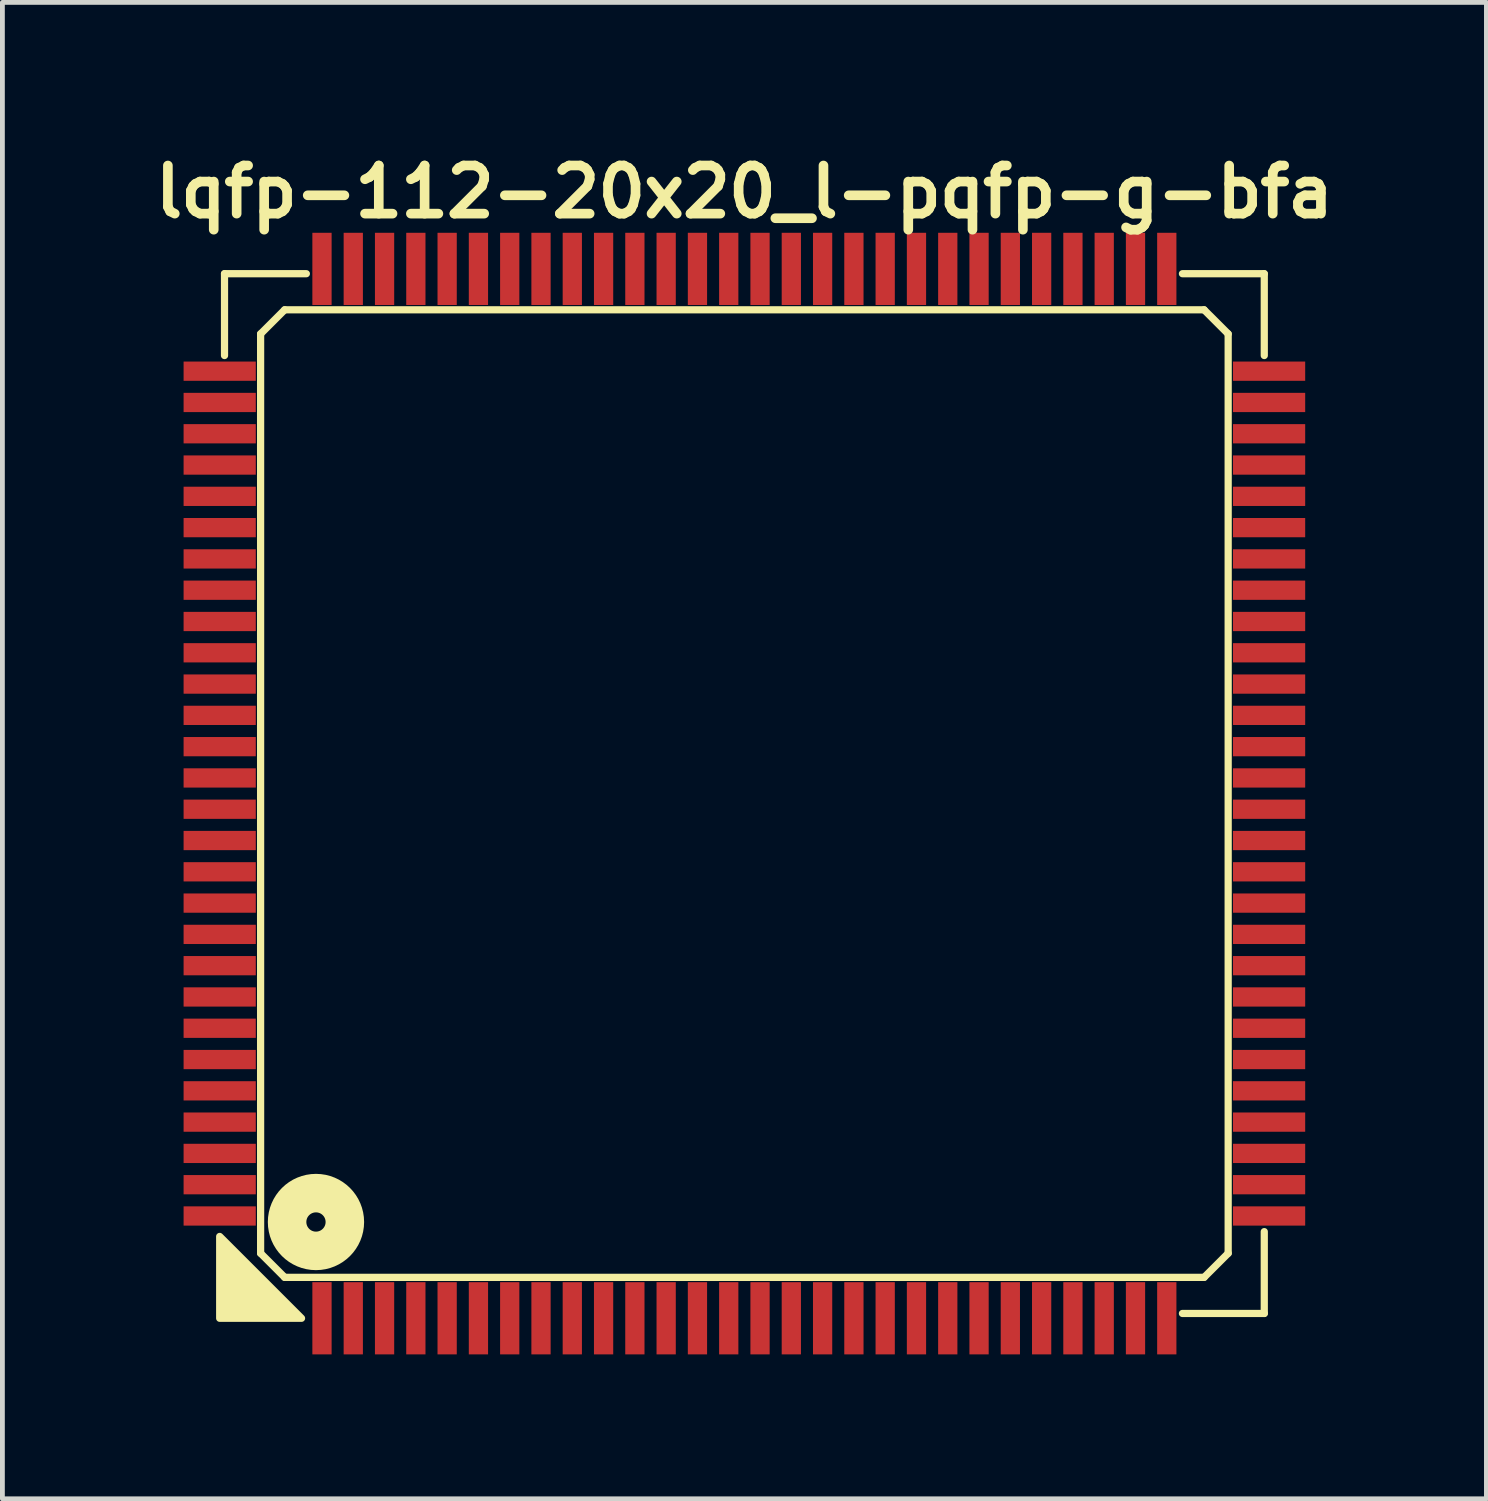
<source format=kicad_pcb>
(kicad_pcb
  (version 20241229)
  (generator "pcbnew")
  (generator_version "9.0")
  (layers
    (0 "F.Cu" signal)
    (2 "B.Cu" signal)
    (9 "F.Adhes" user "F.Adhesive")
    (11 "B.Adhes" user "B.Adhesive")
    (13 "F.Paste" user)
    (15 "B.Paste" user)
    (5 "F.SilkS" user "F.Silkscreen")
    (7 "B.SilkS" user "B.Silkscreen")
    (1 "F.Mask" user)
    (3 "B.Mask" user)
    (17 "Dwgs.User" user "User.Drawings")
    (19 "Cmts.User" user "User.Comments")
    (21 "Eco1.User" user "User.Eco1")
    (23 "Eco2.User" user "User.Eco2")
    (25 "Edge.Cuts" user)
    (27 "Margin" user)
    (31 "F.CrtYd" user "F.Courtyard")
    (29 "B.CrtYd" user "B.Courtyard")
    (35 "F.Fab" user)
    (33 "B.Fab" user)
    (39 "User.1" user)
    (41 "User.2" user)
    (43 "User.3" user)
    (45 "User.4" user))
  (footprint "lqfp-112-20x20_l-pqfp-g-bfa"
    (layer "F.Cu")
    (at 12.414 13.436)
    (property "Reference" "lqfp-112-20x20_l-pqfp-g-bfa" (at 0 -12.5 0) (layer "F.SilkS") (effects (font (size 1 1) (thickness 0.2))))
    (attr smd)
    (fp_line (start -10.8 -10.8) (end -9.1 -10.8) (stroke (width 0.15) (type solid)) (layer "F.SilkS"))
    (fp_line (start -10.8 -9.1) (end -10.8 -10.8) (stroke (width 0.15) (type solid)) (layer "F.SilkS"))
    (fp_line (start -10.05 -9.55) (end -9.55 -10.05) (stroke (width 0.15) (type solid)) (layer "F.SilkS"))
    (fp_line (start -10.05 9.55) (end -10.05 -9.55) (stroke (width 0.15) (type solid)) (layer "F.SilkS"))
    (fp_line (start -9.55 -10.05) (end 9.55 -10.05) (stroke (width 0.15) (type solid)) (layer "F.SilkS"))
    (fp_line (start -9.55 10.05) (end -10.05 9.55) (stroke (width 0.15) (type solid)) (layer "F.SilkS"))
    (fp_line (start 9.1 -10.8) (end 10.8 -10.8) (stroke (width 0.15) (type solid)) (layer "F.SilkS"))
    (fp_line (start 9.55 -10.05) (end 10.05 -9.55) (stroke (width 0.15) (type solid)) (layer "F.SilkS"))
    (fp_line (start 9.55 10.05) (end -9.55 10.05) (stroke (width 0.15) (type solid)) (layer "F.SilkS"))
    (fp_line (start 10.05 -9.55) (end 10.05 9.55) (stroke (width 0.15) (type solid)) (layer "F.SilkS"))
    (fp_line (start 10.05 9.55) (end 9.55 10.05) (stroke (width 0.15) (type solid)) (layer "F.SilkS"))
    (fp_line (start 10.8 -10.8) (end 10.8 -9.1) (stroke (width 0.15) (type solid)) (layer "F.SilkS"))
    (fp_line (start 10.8 9.1) (end 10.8 10.8) (stroke (width 0.15) (type solid)) (layer "F.SilkS"))
    (fp_line (start 10.8 10.8) (end 9.1 10.8) (stroke (width 0.15) (type solid)) (layer "F.SilkS"))
    (fp_circle (center -8.9 8.9) (end -8.7 8.9) (stroke (width 0.8) (type solid)) (fill no) (layer "F.SilkS"))
    (fp_poly (pts (xy -9.2 10.9) (xy -10.9 10.9) (xy -10.9 9.2)) (stroke (width 0.15) (type solid)) (fill yes) (layer "F.SilkS"))
    (pad "1" smd rect (at -8.775 10.9) (size 0.4 1.5) (layers "F.Cu" "F.Mask" "F.Paste"))
    (pad "2" smd rect (at -8.125 10.9) (size 0.4 1.5) (layers "F.Cu" "F.Mask" "F.Paste"))
    (pad "3" smd rect (at -7.475 10.9) (size 0.4 1.5) (layers "F.Cu" "F.Mask" "F.Paste"))
    (pad "4" smd rect (at -6.825 10.9) (size 0.4 1.5) (layers "F.Cu" "F.Mask" "F.Paste"))
    (pad "5" smd rect (at -6.175 10.9) (size 0.4 1.5) (layers "F.Cu" "F.Mask" "F.Paste"))
    (pad "6" smd rect (at -5.525 10.9) (size 0.4 1.5) (layers "F.Cu" "F.Mask" "F.Paste"))
    (pad "7" smd rect (at -4.875 10.9) (size 0.4 1.5) (layers "F.Cu" "F.Mask" "F.Paste"))
    (pad "8" smd rect (at -4.225 10.9) (size 0.4 1.5) (layers "F.Cu" "F.Mask" "F.Paste"))
    (pad "9" smd rect (at -3.575 10.9) (size 0.4 1.5) (layers "F.Cu" "F.Mask" "F.Paste"))
    (pad "10" smd rect (at -2.925 10.9) (size 0.4 1.5) (layers "F.Cu" "F.Mask" "F.Paste"))
    (pad "11" smd rect (at -2.275 10.9) (size 0.4 1.5) (layers "F.Cu" "F.Mask" "F.Paste"))
    (pad "12" smd rect (at -1.625 10.9) (size 0.4 1.5) (layers "F.Cu" "F.Mask" "F.Paste"))
    (pad "13" smd rect (at -0.975 10.9) (size 0.4 1.5) (layers "F.Cu" "F.Mask" "F.Paste"))
    (pad "14" smd rect (at -0.325 10.9) (size 0.4 1.5) (layers "F.Cu" "F.Mask" "F.Paste"))
    (pad "15" smd rect (at 0.325 10.9) (size 0.4 1.5) (layers "F.Cu" "F.Mask" "F.Paste"))
    (pad "16" smd rect (at 0.975 10.9) (size 0.4 1.5) (layers "F.Cu" "F.Mask" "F.Paste"))
    (pad "17" smd rect (at 1.625 10.9) (size 0.4 1.5) (layers "F.Cu" "F.Mask" "F.Paste"))
    (pad "18" smd rect (at 2.275 10.9) (size 0.4 1.5) (layers "F.Cu" "F.Mask" "F.Paste"))
    (pad "19" smd rect (at 2.925 10.9) (size 0.4 1.5) (layers "F.Cu" "F.Mask" "F.Paste"))
    (pad "20" smd rect (at 3.575 10.9) (size 0.4 1.5) (layers "F.Cu" "F.Mask" "F.Paste"))
    (pad "21" smd rect (at 4.225 10.9) (size 0.4 1.5) (layers "F.Cu" "F.Mask" "F.Paste"))
    (pad "22" smd rect (at 4.875 10.9) (size 0.4 1.5) (layers "F.Cu" "F.Mask" "F.Paste"))
    (pad "23" smd rect (at 5.525 10.9) (size 0.4 1.5) (layers "F.Cu" "F.Mask" "F.Paste"))
    (pad "24" smd rect (at 6.175 10.9) (size 0.4 1.5) (layers "F.Cu" "F.Mask" "F.Paste"))
    (pad "25" smd rect (at 6.825 10.9) (size 0.4 1.5) (layers "F.Cu" "F.Mask" "F.Paste"))
    (pad "26" smd rect (at 7.475 10.9) (size 0.4 1.5) (layers "F.Cu" "F.Mask" "F.Paste"))
    (pad "27" smd rect (at 8.125 10.9) (size 0.4 1.5) (layers "F.Cu" "F.Mask" "F.Paste"))
    (pad "28" smd rect (at 8.775 10.9) (size 0.4 1.5) (layers "F.Cu" "F.Mask" "F.Paste"))
    (pad "29" smd rect (at 10.9 8.775) (size 1.5 0.4) (layers "F.Cu" "F.Mask" "F.Paste"))
    (pad "30" smd rect (at 10.9 8.125) (size 1.5 0.4) (layers "F.Cu" "F.Mask" "F.Paste"))
    (pad "31" smd rect (at 10.9 7.475) (size 1.5 0.4) (layers "F.Cu" "F.Mask" "F.Paste"))
    (pad "32" smd rect (at 10.9 6.825) (size 1.5 0.4) (layers "F.Cu" "F.Mask" "F.Paste"))
    (pad "33" smd rect (at 10.9 6.175) (size 1.5 0.4) (layers "F.Cu" "F.Mask" "F.Paste"))
    (pad "34" smd rect (at 10.9 5.525) (size 1.5 0.4) (layers "F.Cu" "F.Mask" "F.Paste"))
    (pad "35" smd rect (at 10.9 4.875) (size 1.5 0.4) (layers "F.Cu" "F.Mask" "F.Paste"))
    (pad "36" smd rect (at 10.9 4.225) (size 1.5 0.4) (layers "F.Cu" "F.Mask" "F.Paste"))
    (pad "37" smd rect (at 10.9 3.575) (size 1.5 0.4) (layers "F.Cu" "F.Mask" "F.Paste"))
    (pad "38" smd rect (at 10.9 2.925) (size 1.5 0.4) (layers "F.Cu" "F.Mask" "F.Paste"))
    (pad "39" smd rect (at 10.9 2.275) (size 1.5 0.4) (layers "F.Cu" "F.Mask" "F.Paste"))
    (pad "40" smd rect (at 10.9 1.625) (size 1.5 0.4) (layers "F.Cu" "F.Mask" "F.Paste"))
    (pad "41" smd rect (at 10.9 0.975) (size 1.5 0.4) (layers "F.Cu" "F.Mask" "F.Paste"))
    (pad "42" smd rect (at 10.9 0.325) (size 1.5 0.4) (layers "F.Cu" "F.Mask" "F.Paste"))
    (pad "43" smd rect (at 10.9 -0.325) (size 1.5 0.4) (layers "F.Cu" "F.Mask" "F.Paste"))
    (pad "44" smd rect (at 10.9 -0.975) (size 1.5 0.4) (layers "F.Cu" "F.Mask" "F.Paste"))
    (pad "45" smd rect (at 10.9 -1.625) (size 1.5 0.4) (layers "F.Cu" "F.Mask" "F.Paste"))
    (pad "46" smd rect (at 10.9 -2.275) (size 1.5 0.4) (layers "F.Cu" "F.Mask" "F.Paste"))
    (pad "47" smd rect (at 10.9 -2.925) (size 1.5 0.4) (layers "F.Cu" "F.Mask" "F.Paste"))
    (pad "48" smd rect (at 10.9 -3.575) (size 1.5 0.4) (layers "F.Cu" "F.Mask" "F.Paste"))
    (pad "49" smd rect (at 10.9 -4.225) (size 1.5 0.4) (layers "F.Cu" "F.Mask" "F.Paste"))
    (pad "50" smd rect (at 10.9 -4.875) (size 1.5 0.4) (layers "F.Cu" "F.Mask" "F.Paste"))
    (pad "51" smd rect (at 10.9 -5.525) (size 1.5 0.4) (layers "F.Cu" "F.Mask" "F.Paste"))
    (pad "52" smd rect (at 10.9 -6.175) (size 1.5 0.4) (layers "F.Cu" "F.Mask" "F.Paste"))
    (pad "53" smd rect (at 10.9 -6.825) (size 1.5 0.4) (layers "F.Cu" "F.Mask" "F.Paste"))
    (pad "54" smd rect (at 10.9 -7.475) (size 1.5 0.4) (layers "F.Cu" "F.Mask" "F.Paste"))
    (pad "55" smd rect (at 10.9 -8.125) (size 1.5 0.4) (layers "F.Cu" "F.Mask" "F.Paste"))
    (pad "56" smd rect (at 10.9 -8.775) (size 1.5 0.4) (layers "F.Cu" "F.Mask" "F.Paste"))
    (pad "57" smd rect (at 8.775 -10.9) (size 0.4 1.5) (layers "F.Cu" "F.Mask" "F.Paste"))
    (pad "58" smd rect (at 8.125 -10.9) (size 0.4 1.5) (layers "F.Cu" "F.Mask" "F.Paste"))
    (pad "59" smd rect (at 7.475 -10.9) (size 0.4 1.5) (layers "F.Cu" "F.Mask" "F.Paste"))
    (pad "60" smd rect (at 6.825 -10.9) (size 0.4 1.5) (layers "F.Cu" "F.Mask" "F.Paste"))
    (pad "61" smd rect (at 6.175 -10.9) (size 0.4 1.5) (layers "F.Cu" "F.Mask" "F.Paste"))
    (pad "62" smd rect (at 5.525 -10.9) (size 0.4 1.5) (layers "F.Cu" "F.Mask" "F.Paste"))
    (pad "63" smd rect (at 4.875 -10.9) (size 0.4 1.5) (layers "F.Cu" "F.Mask" "F.Paste"))
    (pad "64" smd rect (at 4.225 -10.9) (size 0.4 1.5) (layers "F.Cu" "F.Mask" "F.Paste"))
    (pad "65" smd rect (at 3.575 -10.9) (size 0.4 1.5) (layers "F.Cu" "F.Mask" "F.Paste"))
    (pad "66" smd rect (at 2.925 -10.9) (size 0.4 1.5) (layers "F.Cu" "F.Mask" "F.Paste"))
    (pad "67" smd rect (at 2.275 -10.9) (size 0.4 1.5) (layers "F.Cu" "F.Mask" "F.Paste"))
    (pad "68" smd rect (at 1.625 -10.9) (size 0.4 1.5) (layers "F.Cu" "F.Mask" "F.Paste"))
    (pad "69" smd rect (at 0.975 -10.9) (size 0.4 1.5) (layers "F.Cu" "F.Mask" "F.Paste"))
    (pad "70" smd rect (at 0.325 -10.9) (size 0.4 1.5) (layers "F.Cu" "F.Mask" "F.Paste"))
    (pad "71" smd rect (at -0.325 -10.9) (size 0.4 1.5) (layers "F.Cu" "F.Mask" "F.Paste"))
    (pad "72" smd rect (at -0.975 -10.9) (size 0.4 1.5) (layers "F.Cu" "F.Mask" "F.Paste"))
    (pad "73" smd rect (at -1.625 -10.9) (size 0.4 1.5) (layers "F.Cu" "F.Mask" "F.Paste"))
    (pad "74" smd rect (at -2.275 -10.9) (size 0.4 1.5) (layers "F.Cu" "F.Mask" "F.Paste"))
    (pad "75" smd rect (at -2.925 -10.9) (size 0.4 1.5) (layers "F.Cu" "F.Mask" "F.Paste"))
    (pad "76" smd rect (at -3.575 -10.9) (size 0.4 1.5) (layers "F.Cu" "F.Mask" "F.Paste"))
    (pad "77" smd rect (at -4.225 -10.9) (size 0.4 1.5) (layers "F.Cu" "F.Mask" "F.Paste"))
    (pad "78" smd rect (at -4.875 -10.9) (size 0.4 1.5) (layers "F.Cu" "F.Mask" "F.Paste"))
    (pad "79" smd rect (at -5.525 -10.9) (size 0.4 1.5) (layers "F.Cu" "F.Mask" "F.Paste"))
    (pad "80" smd rect (at -6.175 -10.9) (size 0.4 1.5) (layers "F.Cu" "F.Mask" "F.Paste"))
    (pad "81" smd rect (at -6.825 -10.9) (size 0.4 1.5) (layers "F.Cu" "F.Mask" "F.Paste"))
    (pad "82" smd rect (at -7.475 -10.9) (size 0.4 1.5) (layers "F.Cu" "F.Mask" "F.Paste"))
    (pad "83" smd rect (at -8.125 -10.9) (size 0.4 1.5) (layers "F.Cu" "F.Mask" "F.Paste"))
    (pad "84" smd rect (at -8.775 -10.9) (size 0.4 1.5) (layers "F.Cu" "F.Mask" "F.Paste"))
    (pad "85" smd rect (at -10.9 -8.775) (size 1.5 0.4) (layers "F.Cu" "F.Mask" "F.Paste"))
    (pad "86" smd rect (at -10.9 -8.125) (size 1.5 0.4) (layers "F.Cu" "F.Mask" "F.Paste"))
    (pad "87" smd rect (at -10.9 -7.475) (size 1.5 0.4) (layers "F.Cu" "F.Mask" "F.Paste"))
    (pad "88" smd rect (at -10.9 -6.825) (size 1.5 0.4) (layers "F.Cu" "F.Mask" "F.Paste"))
    (pad "89" smd rect (at -10.9 -6.175) (size 1.5 0.4) (layers "F.Cu" "F.Mask" "F.Paste"))
    (pad "90" smd rect (at -10.9 -5.525) (size 1.5 0.4) (layers "F.Cu" "F.Mask" "F.Paste"))
    (pad "91" smd rect (at -10.9 -4.875) (size 1.5 0.4) (layers "F.Cu" "F.Mask" "F.Paste"))
    (pad "92" smd rect (at -10.9 -4.225) (size 1.5 0.4) (layers "F.Cu" "F.Mask" "F.Paste"))
    (pad "93" smd rect (at -10.9 -3.575) (size 1.5 0.4) (layers "F.Cu" "F.Mask" "F.Paste"))
    (pad "94" smd rect (at -10.9 -2.925) (size 1.5 0.4) (layers "F.Cu" "F.Mask" "F.Paste"))
    (pad "95" smd rect (at -10.9 -2.275) (size 1.5 0.4) (layers "F.Cu" "F.Mask" "F.Paste"))
    (pad "96" smd rect (at -10.9 -1.625) (size 1.5 0.4) (layers "F.Cu" "F.Mask" "F.Paste"))
    (pad "97" smd rect (at -10.9 -0.975) (size 1.5 0.4) (layers "F.Cu" "F.Mask" "F.Paste"))
    (pad "98" smd rect (at -10.9 -0.325) (size 1.5 0.4) (layers "F.Cu" "F.Mask" "F.Paste"))
    (pad "99" smd rect (at -10.9 0.325) (size 1.5 0.4) (layers "F.Cu" "F.Mask" "F.Paste"))
    (pad "100" smd rect (at -10.9 0.975) (size 1.5 0.4) (layers "F.Cu" "F.Mask" "F.Paste"))
    (pad "101" smd rect (at -10.9 1.625) (size 1.5 0.4) (layers "F.Cu" "F.Mask" "F.Paste"))
    (pad "102" smd rect (at -10.9 2.275) (size 1.5 0.4) (layers "F.Cu" "F.Mask" "F.Paste"))
    (pad "103" smd rect (at -10.9 2.925) (size 1.5 0.4) (layers "F.Cu" "F.Mask" "F.Paste"))
    (pad "104" smd rect (at -10.9 3.575) (size 1.5 0.4) (layers "F.Cu" "F.Mask" "F.Paste"))
    (pad "105" smd rect (at -10.9 4.225) (size 1.5 0.4) (layers "F.Cu" "F.Mask" "F.Paste"))
    (pad "106" smd rect (at -10.9 4.875) (size 1.5 0.4) (layers "F.Cu" "F.Mask" "F.Paste"))
    (pad "107" smd rect (at -10.9 5.525) (size 1.5 0.4) (layers "F.Cu" "F.Mask" "F.Paste"))
    (pad "108" smd rect (at -10.9 6.175) (size 1.5 0.4) (layers "F.Cu" "F.Mask" "F.Paste"))
    (pad "109" smd rect (at -10.9 6.825) (size 1.5 0.4) (layers "F.Cu" "F.Mask" "F.Paste"))
    (pad "110" smd rect (at -10.9 7.475) (size 1.5 0.4) (layers "F.Cu" "F.Mask" "F.Paste"))
    (pad "111" smd rect (at -10.9 8.125) (size 1.5 0.4) (layers "F.Cu" "F.Mask" "F.Paste"))
    (pad "112" smd rect (at -10.9 8.775) (size 1.5 0.4) (layers "F.Cu" "F.Mask" "F.Paste")))
  (gr_rect
    (start -3 -3)
    (end 27.829 28.086)
    (stroke (width 0.1) (type default))
    (fill no)
    (layer "Edge.Cuts")))
</source>
